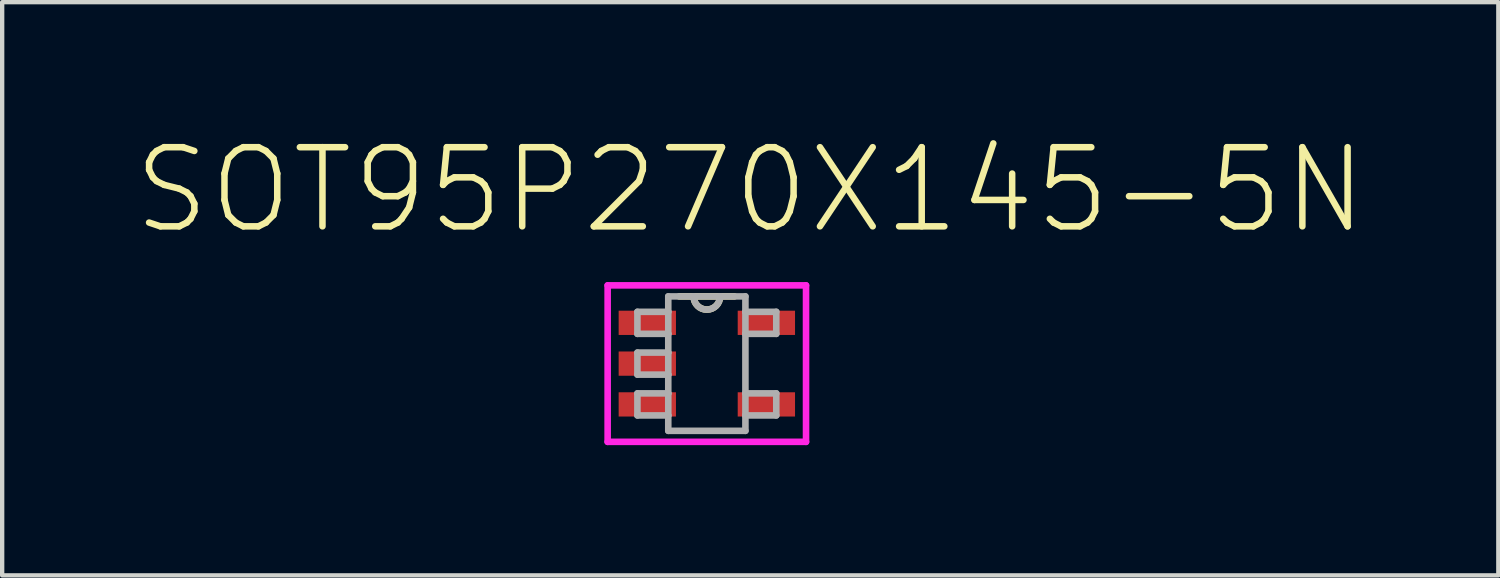
<source format=kicad_pcb>
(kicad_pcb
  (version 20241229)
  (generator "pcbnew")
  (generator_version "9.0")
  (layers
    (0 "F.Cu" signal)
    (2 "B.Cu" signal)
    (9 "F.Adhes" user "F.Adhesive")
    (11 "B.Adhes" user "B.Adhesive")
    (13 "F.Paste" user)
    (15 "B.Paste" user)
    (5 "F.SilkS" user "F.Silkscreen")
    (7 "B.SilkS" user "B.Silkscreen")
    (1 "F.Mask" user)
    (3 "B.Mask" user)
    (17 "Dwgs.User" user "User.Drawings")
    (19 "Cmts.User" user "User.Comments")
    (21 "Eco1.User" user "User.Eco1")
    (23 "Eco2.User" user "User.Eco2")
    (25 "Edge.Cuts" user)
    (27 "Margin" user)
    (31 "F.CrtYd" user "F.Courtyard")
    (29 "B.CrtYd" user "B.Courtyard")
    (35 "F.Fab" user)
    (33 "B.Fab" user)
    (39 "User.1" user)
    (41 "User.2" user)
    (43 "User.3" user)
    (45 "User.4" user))
  (footprint "SOT95P270X145-5N"
    (layer "F.Cu")
    (at 13.24 5.33)
    (property "Reference" "SOT95P270X145-5N" (at 1 -4 0) (layer "F.SilkS") (effects (font (size 1.824 1.824) (thickness 0.15))))
    (attr smd)
    (fp_line (start -0.305 -1.549) (end -0.635 -1.549) (stroke (width 0.152) (type solid)) (layer "F.SilkS"))
    (fp_line (start 0.305 -1.549) (end -0.305 -1.549) (stroke (width 0.152) (type solid)) (layer "F.SilkS"))
    (fp_line (start 0.635 -1.549) (end 0.305 -1.549) (stroke (width 0.152) (type solid)) (layer "F.SilkS"))
    (fp_arc (start 0.3048 -1.5494) (mid 0 -1.2446) (end -0.3048 -1.5494) (stroke (width 0.1524) (type solid)) (layer "F.SilkS"))
    (fp_line (start -2.286 -1.803) (end 2.286 -1.803) (stroke (width 0.152) (type solid)) (layer "F.CrtYd"))
    (fp_line (start -2.286 1.803) (end -2.286 -1.803) (stroke (width 0.152) (type solid)) (layer "F.CrtYd"))
    (fp_line (start 2.286 -1.803) (end 2.286 1.803) (stroke (width 0.152) (type solid)) (layer "F.CrtYd"))
    (fp_line (start 2.286 1.803) (end -2.286 1.803) (stroke (width 0.152) (type solid)) (layer "F.CrtYd"))
    (fp_line (start -1.6 -1.194) (end -1.6 -0.686) (stroke (width 0.152) (type solid)) (layer "F.Fab"))
    (fp_line (start -1.6 -0.686) (end -0.889 -0.686) (stroke (width 0.152) (type solid)) (layer "F.Fab"))
    (fp_line (start -1.6 -0.254) (end -1.6 0.254) (stroke (width 0.152) (type solid)) (layer "F.Fab"))
    (fp_line (start -1.6 0.254) (end -0.889 0.254) (stroke (width 0.152) (type solid)) (layer "F.Fab"))
    (fp_line (start -1.6 0.686) (end -1.6 1.194) (stroke (width 0.152) (type solid)) (layer "F.Fab"))
    (fp_line (start -1.6 1.194) (end -0.889 1.194) (stroke (width 0.152) (type solid)) (layer "F.Fab"))
    (fp_line (start -0.889 -1.549) (end -0.889 -1.194) (stroke (width 0.152) (type solid)) (layer "F.Fab"))
    (fp_line (start -0.889 -1.194) (end -1.6 -1.194) (stroke (width 0.152) (type solid)) (layer "F.Fab"))
    (fp_line (start -0.889 -1.194) (end -0.889 -0.686) (stroke (width 0.152) (type solid)) (layer "F.Fab"))
    (fp_line (start -0.889 -0.686) (end -0.889 -0.254) (stroke (width 0.152) (type solid)) (layer "F.Fab"))
    (fp_line (start -0.889 -0.254) (end -1.6 -0.254) (stroke (width 0.152) (type solid)) (layer "F.Fab"))
    (fp_line (start -0.889 -0.254) (end -0.889 0.254) (stroke (width 0.152) (type solid)) (layer "F.Fab"))
    (fp_line (start -0.889 0.254) (end -0.889 0.686) (stroke (width 0.152) (type solid)) (layer "F.Fab"))
    (fp_line (start -0.889 0.686) (end -1.6 0.686) (stroke (width 0.152) (type solid)) (layer "F.Fab"))
    (fp_line (start -0.889 1.194) (end -0.889 0.686) (stroke (width 0.152) (type solid)) (layer "F.Fab"))
    (fp_line (start -0.889 1.549) (end -0.889 1.194) (stroke (width 0.152) (type solid)) (layer "F.Fab"))
    (fp_line (start -0.889 1.549) (end 0.889 1.549) (stroke (width 0.152) (type solid)) (layer "F.Fab"))
    (fp_line (start -0.305 -1.549) (end -0.889 -1.549) (stroke (width 0.152) (type solid)) (layer "F.Fab"))
    (fp_line (start 0.305 -1.549) (end -0.305 -1.549) (stroke (width 0.152) (type solid)) (layer "F.Fab"))
    (fp_line (start 0.889 -1.549) (end 0.305 -1.549) (stroke (width 0.152) (type solid)) (layer "F.Fab"))
    (fp_line (start 0.889 -1.549) (end 0.889 -1.194) (stroke (width 0.152) (type solid)) (layer "F.Fab"))
    (fp_line (start 0.889 -1.194) (end 0.889 -0.686) (stroke (width 0.152) (type solid)) (layer "F.Fab"))
    (fp_line (start 0.889 -0.686) (end 1.6 -0.686) (stroke (width 0.152) (type solid)) (layer "F.Fab"))
    (fp_line (start 0.889 0.686) (end 0.889 -0.686) (stroke (width 0.152) (type solid)) (layer "F.Fab"))
    (fp_line (start 0.889 1.194) (end 0.889 0.686) (stroke (width 0.152) (type solid)) (layer "F.Fab"))
    (fp_line (start 0.889 1.194) (end 1.6 1.194) (stroke (width 0.152) (type solid)) (layer "F.Fab"))
    (fp_line (start 0.889 1.549) (end 0.889 1.194) (stroke (width 0.152) (type solid)) (layer "F.Fab"))
    (fp_line (start 1.6 -1.194) (end 0.889 -1.194) (stroke (width 0.152) (type solid)) (layer "F.Fab"))
    (fp_line (start 1.6 -0.686) (end 1.6 -1.194) (stroke (width 0.152) (type solid)) (layer "F.Fab"))
    (fp_line (start 1.6 0.686) (end 0.889 0.686) (stroke (width 0.152) (type solid)) (layer "F.Fab"))
    (fp_line (start 1.6 1.194) (end 1.6 0.686) (stroke (width 0.152) (type solid)) (layer "F.Fab"))
    (fp_arc (start 0.3048 -1.5494) (mid 0 -1.2446) (end -0.3048 -1.5494) (stroke (width 0.1524) (type solid)) (layer "F.Fab"))
    (pad "1" smd rect (at -1.372 -0.94) (size 1.321 0.559) (layers "F.Cu" "F.Mask" "F.Paste"))
    (pad "2" smd rect (at -1.372 0) (size 1.321 0.559) (layers "F.Cu" "F.Mask" "F.Paste"))
    (pad "3" smd rect (at -1.372 0.94) (size 1.321 0.559) (layers "F.Cu" "F.Mask" "F.Paste"))
    (pad "4" smd rect (at 1.372 0.94) (size 1.321 0.559) (layers "F.Cu" "F.Mask" "F.Paste"))
    (pad "5" smd rect (at 1.372 -0.94) (size 1.321 0.559) (layers "F.Cu" "F.Mask" "F.Paste")))
  (gr_rect
    (start -3 -3)
    (end 31.481 10.21)
    (stroke (width 0.1) (type default))
    (fill no)
    (layer "Edge.Cuts")))
</source>
